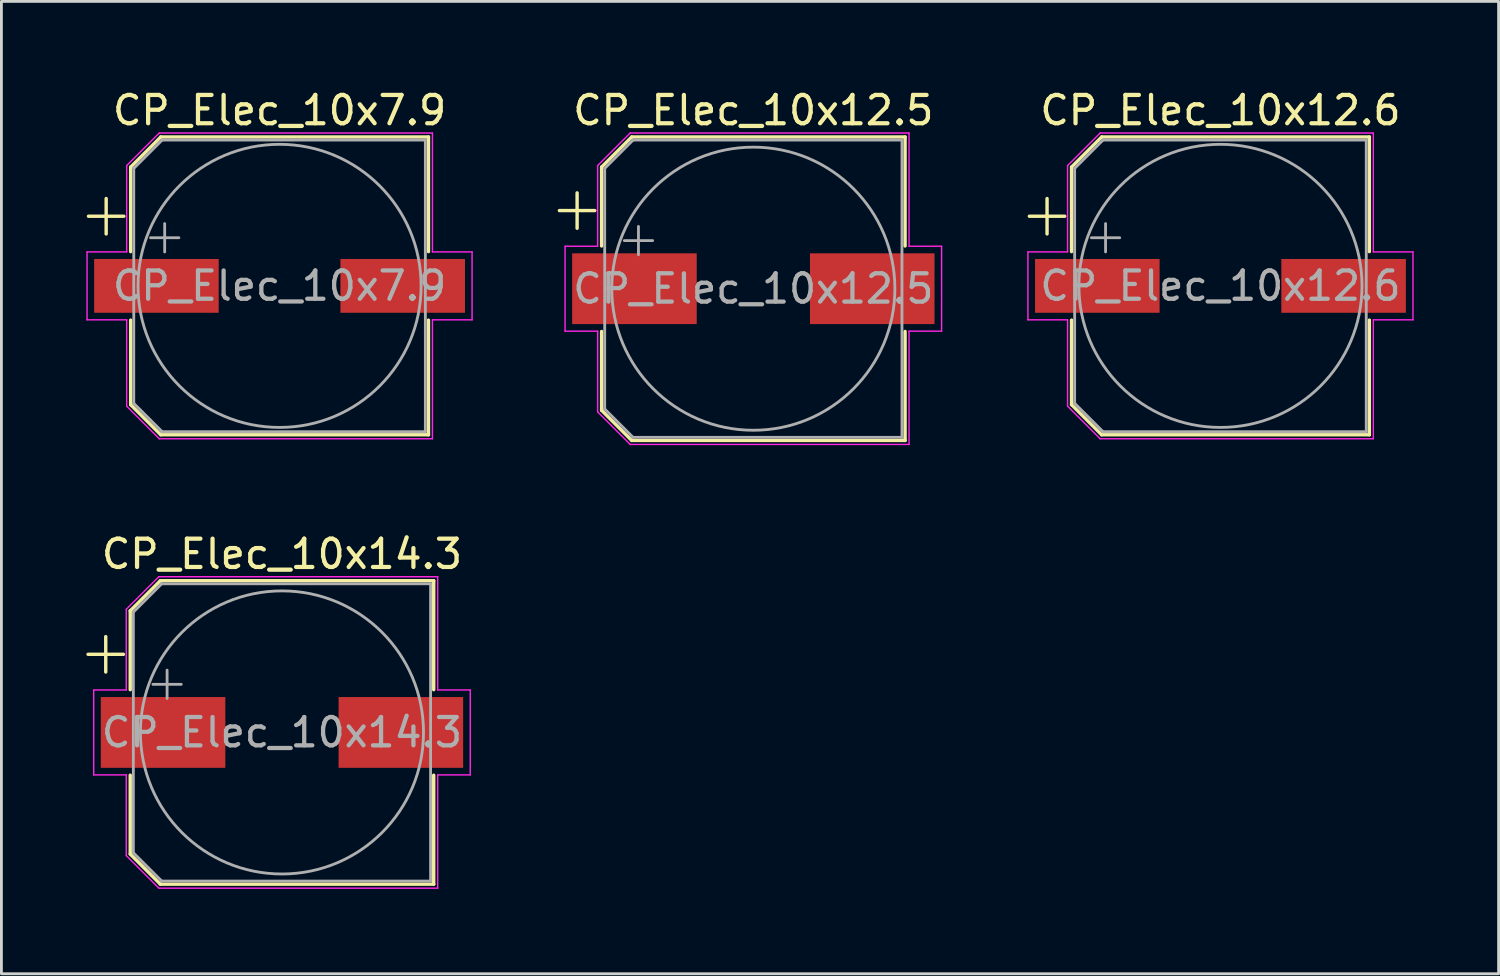
<source format=kicad_pcb>
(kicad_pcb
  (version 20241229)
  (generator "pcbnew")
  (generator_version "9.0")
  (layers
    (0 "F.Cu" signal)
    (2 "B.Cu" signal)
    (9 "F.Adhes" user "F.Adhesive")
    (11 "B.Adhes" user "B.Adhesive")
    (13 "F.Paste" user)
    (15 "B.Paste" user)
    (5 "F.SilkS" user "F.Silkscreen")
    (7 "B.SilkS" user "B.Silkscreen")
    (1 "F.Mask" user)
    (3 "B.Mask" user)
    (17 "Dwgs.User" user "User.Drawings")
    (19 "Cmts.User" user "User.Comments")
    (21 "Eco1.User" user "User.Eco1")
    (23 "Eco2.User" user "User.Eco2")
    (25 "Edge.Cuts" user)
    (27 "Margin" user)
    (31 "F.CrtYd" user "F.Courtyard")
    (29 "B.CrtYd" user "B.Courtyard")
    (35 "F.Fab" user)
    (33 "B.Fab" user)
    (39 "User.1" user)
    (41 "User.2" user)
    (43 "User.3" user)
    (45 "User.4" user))
  (footprint "CP_Elec_10x7.9"
    (layer "F.Cu")
    (at 6.825 7.048)
    (property "Reference" "CP_Elec_10x7.9" (at 0 -6.2 0) (layer "F.SilkS") (effects (font (size 1 1) (thickness 0.15))))
    (attr smd)
    (fp_line (start -6.75 -2.46) (end -5.5 -2.46) (stroke (width 0.12) (type solid)) (layer "F.SilkS"))
    (fp_line (start -6.125 -3.085) (end -6.125 -1.835) (stroke (width 0.12) (type solid)) (layer "F.SilkS"))
    (fp_line (start -5.26 -4.196) (end -5.26 -1.21) (stroke (width 0.12) (type solid)) (layer "F.SilkS"))
    (fp_line (start -5.26 -4.196) (end -4.196 -5.26) (stroke (width 0.12) (type solid)) (layer "F.SilkS"))
    (fp_line (start -5.26 4.196) (end -5.26 1.21) (stroke (width 0.12) (type solid)) (layer "F.SilkS"))
    (fp_line (start -5.26 4.196) (end -4.196 5.26) (stroke (width 0.12) (type solid)) (layer "F.SilkS"))
    (fp_line (start -4.196 -5.26) (end 5.26 -5.26) (stroke (width 0.12) (type solid)) (layer "F.SilkS"))
    (fp_line (start -4.196 5.26) (end 5.26 5.26) (stroke (width 0.12) (type solid)) (layer "F.SilkS"))
    (fp_line (start 5.26 -5.26) (end 5.26 -1.21) (stroke (width 0.12) (type solid)) (layer "F.SilkS"))
    (fp_line (start 5.26 5.26) (end 5.26 1.21) (stroke (width 0.12) (type solid)) (layer "F.SilkS"))
    (fp_line (start -6.8 -1.2) (end -6.8 1.2) (stroke (width 0.05) (type solid)) (layer "F.CrtYd"))
    (fp_line (start -6.8 1.2) (end -5.4 1.2) (stroke (width 0.05) (type solid)) (layer "F.CrtYd"))
    (fp_line (start -5.4 -4.25) (end -5.4 -1.2) (stroke (width 0.05) (type solid)) (layer "F.CrtYd"))
    (fp_line (start -5.4 -4.25) (end -4.25 -5.4) (stroke (width 0.05) (type solid)) (layer "F.CrtYd"))
    (fp_line (start -5.4 -1.2) (end -6.8 -1.2) (stroke (width 0.05) (type solid)) (layer "F.CrtYd"))
    (fp_line (start -5.4 1.2) (end -5.4 4.25) (stroke (width 0.05) (type solid)) (layer "F.CrtYd"))
    (fp_line (start -5.4 4.25) (end -4.25 5.4) (stroke (width 0.05) (type solid)) (layer "F.CrtYd"))
    (fp_line (start -4.25 -5.4) (end 5.4 -5.4) (stroke (width 0.05) (type solid)) (layer "F.CrtYd"))
    (fp_line (start -4.25 5.4) (end 5.4 5.4) (stroke (width 0.05) (type solid)) (layer "F.CrtYd"))
    (fp_line (start 5.4 -5.4) (end 5.4 -1.2) (stroke (width 0.05) (type solid)) (layer "F.CrtYd"))
    (fp_line (start 5.4 -1.2) (end 6.8 -1.2) (stroke (width 0.05) (type solid)) (layer "F.CrtYd"))
    (fp_line (start 5.4 1.2) (end 5.4 5.4) (stroke (width 0.05) (type solid)) (layer "F.CrtYd"))
    (fp_line (start 6.8 -1.2) (end 6.8 1.2) (stroke (width 0.05) (type solid)) (layer "F.CrtYd"))
    (fp_line (start 6.8 1.2) (end 5.4 1.2) (stroke (width 0.05) (type solid)) (layer "F.CrtYd"))
    (fp_line (start -5.15 -4.15) (end -5.15 4.15) (stroke (width 0.1) (type solid)) (layer "F.Fab"))
    (fp_line (start -5.15 -4.15) (end -4.15 -5.15) (stroke (width 0.1) (type solid)) (layer "F.Fab"))
    (fp_line (start -5.15 4.15) (end -4.15 5.15) (stroke (width 0.1) (type solid)) (layer "F.Fab"))
    (fp_line (start -4.558 -1.7) (end -3.558 -1.7) (stroke (width 0.1) (type solid)) (layer "F.Fab"))
    (fp_line (start -4.15 -5.15) (end 5.15 -5.15) (stroke (width 0.1) (type solid)) (layer "F.Fab"))
    (fp_line (start -4.15 5.15) (end 5.15 5.15) (stroke (width 0.1) (type solid)) (layer "F.Fab"))
    (fp_line (start -4.058 -2.2) (end -4.058 -1.2) (stroke (width 0.1) (type solid)) (layer "F.Fab"))
    (fp_line (start 5.15 -5.15) (end 5.15 5.15) (stroke (width 0.1) (type solid)) (layer "F.Fab"))
    (fp_circle (center 0 0) (end 5 0) (stroke (width 0.1) (type solid)) (fill no) (layer "F.Fab"))
    (fp_text user "${REFERENCE}" (at 0 0 0) (layer "F.Fab") (effects (font (size 1 1) (thickness 0.15))))
    (pad "1" smd rect (at -4.35 0) (size 4.4 1.9) (layers "F.Cu" "F.Mask" "F.Paste"))
    (pad "2" smd rect (at 4.35 0) (size 4.4 1.9) (layers "F.Cu" "F.Mask" "F.Paste")))
  (footprint "CP_Elec_10x12.6"
    (layer "F.Cu")
    (at 40.06 7.048)
    (property "Reference" "CP_Elec_10x12.6" (at 0 -6.2 0) (layer "F.SilkS") (effects (font (size 1 1) (thickness 0.15))))
    (attr smd)
    (fp_line (start -6.75 -2.46) (end -5.5 -2.46) (stroke (width 0.12) (type solid)) (layer "F.SilkS"))
    (fp_line (start -6.125 -3.085) (end -6.125 -1.835) (stroke (width 0.12) (type solid)) (layer "F.SilkS"))
    (fp_line (start -5.26 -4.196) (end -5.26 -1.21) (stroke (width 0.12) (type solid)) (layer "F.SilkS"))
    (fp_line (start -5.26 -4.196) (end -4.196 -5.26) (stroke (width 0.12) (type solid)) (layer "F.SilkS"))
    (fp_line (start -5.26 4.196) (end -5.26 1.21) (stroke (width 0.12) (type solid)) (layer "F.SilkS"))
    (fp_line (start -5.26 4.196) (end -4.196 5.26) (stroke (width 0.12) (type solid)) (layer "F.SilkS"))
    (fp_line (start -4.196 -5.26) (end 5.26 -5.26) (stroke (width 0.12) (type solid)) (layer "F.SilkS"))
    (fp_line (start -4.196 5.26) (end 5.26 5.26) (stroke (width 0.12) (type solid)) (layer "F.SilkS"))
    (fp_line (start 5.26 -5.26) (end 5.26 -1.21) (stroke (width 0.12) (type solid)) (layer "F.SilkS"))
    (fp_line (start 5.26 5.26) (end 5.26 1.21) (stroke (width 0.12) (type solid)) (layer "F.SilkS"))
    (fp_line (start -6.8 -1.2) (end -6.8 1.2) (stroke (width 0.05) (type solid)) (layer "F.CrtYd"))
    (fp_line (start -6.8 1.2) (end -5.4 1.2) (stroke (width 0.05) (type solid)) (layer "F.CrtYd"))
    (fp_line (start -5.4 -4.25) (end -5.4 -1.2) (stroke (width 0.05) (type solid)) (layer "F.CrtYd"))
    (fp_line (start -5.4 -4.25) (end -4.25 -5.4) (stroke (width 0.05) (type solid)) (layer "F.CrtYd"))
    (fp_line (start -5.4 -1.2) (end -6.8 -1.2) (stroke (width 0.05) (type solid)) (layer "F.CrtYd"))
    (fp_line (start -5.4 1.2) (end -5.4 4.25) (stroke (width 0.05) (type solid)) (layer "F.CrtYd"))
    (fp_line (start -5.4 4.25) (end -4.25 5.4) (stroke (width 0.05) (type solid)) (layer "F.CrtYd"))
    (fp_line (start -4.25 -5.4) (end 5.4 -5.4) (stroke (width 0.05) (type solid)) (layer "F.CrtYd"))
    (fp_line (start -4.25 5.4) (end 5.4 5.4) (stroke (width 0.05) (type solid)) (layer "F.CrtYd"))
    (fp_line (start 5.4 -5.4) (end 5.4 -1.2) (stroke (width 0.05) (type solid)) (layer "F.CrtYd"))
    (fp_line (start 5.4 -1.2) (end 6.8 -1.2) (stroke (width 0.05) (type solid)) (layer "F.CrtYd"))
    (fp_line (start 5.4 1.2) (end 5.4 5.4) (stroke (width 0.05) (type solid)) (layer "F.CrtYd"))
    (fp_line (start 6.8 -1.2) (end 6.8 1.2) (stroke (width 0.05) (type solid)) (layer "F.CrtYd"))
    (fp_line (start 6.8 1.2) (end 5.4 1.2) (stroke (width 0.05) (type solid)) (layer "F.CrtYd"))
    (fp_line (start -5.15 -4.15) (end -5.15 4.15) (stroke (width 0.1) (type solid)) (layer "F.Fab"))
    (fp_line (start -5.15 -4.15) (end -4.15 -5.15) (stroke (width 0.1) (type solid)) (layer "F.Fab"))
    (fp_line (start -5.15 4.15) (end -4.15 5.15) (stroke (width 0.1) (type solid)) (layer "F.Fab"))
    (fp_line (start -4.558 -1.7) (end -3.558 -1.7) (stroke (width 0.1) (type solid)) (layer "F.Fab"))
    (fp_line (start -4.15 -5.15) (end 5.15 -5.15) (stroke (width 0.1) (type solid)) (layer "F.Fab"))
    (fp_line (start -4.15 5.15) (end 5.15 5.15) (stroke (width 0.1) (type solid)) (layer "F.Fab"))
    (fp_line (start -4.058 -2.2) (end -4.058 -1.2) (stroke (width 0.1) (type solid)) (layer "F.Fab"))
    (fp_line (start 5.15 -5.15) (end 5.15 5.15) (stroke (width 0.1) (type solid)) (layer "F.Fab"))
    (fp_circle (center 0 0) (end 5 0) (stroke (width 0.1) (type solid)) (fill no) (layer "F.Fab"))
    (fp_text user "${REFERENCE}" (at 0 0 0) (layer "F.Fab") (effects (font (size 1 1) (thickness 0.15))))
    (pad "1" smd rect (at -4.35 0) (size 4.4 1.9) (layers "F.Cu" "F.Mask" "F.Paste"))
    (pad "2" smd rect (at 4.35 0) (size 4.4 1.9) (layers "F.Cu" "F.Mask" "F.Paste")))
  (footprint "CP_Elec_10x14.3"
    (layer "F.Cu")
    (at 6.91 22.822)
    (property "Reference" "CP_Elec_10x14.3" (at 0 -6.3 0) (layer "F.SilkS") (effects (font (size 1 1) (thickness 0.15))))
    (attr smd)
    (fp_line (start -6.85 -2.76) (end -5.6 -2.76) (stroke (width 0.12) (type solid)) (layer "F.SilkS"))
    (fp_line (start -6.225 -3.385) (end -6.225 -2.135) (stroke (width 0.12) (type solid)) (layer "F.SilkS"))
    (fp_line (start -5.36 -4.296) (end -5.36 -1.51) (stroke (width 0.12) (type solid)) (layer "F.SilkS"))
    (fp_line (start -5.36 -4.296) (end -4.296 -5.36) (stroke (width 0.12) (type solid)) (layer "F.SilkS"))
    (fp_line (start -5.36 4.296) (end -5.36 1.51) (stroke (width 0.12) (type solid)) (layer "F.SilkS"))
    (fp_line (start -5.36 4.296) (end -4.296 5.36) (stroke (width 0.12) (type solid)) (layer "F.SilkS"))
    (fp_line (start -4.296 -5.36) (end 5.36 -5.36) (stroke (width 0.12) (type solid)) (layer "F.SilkS"))
    (fp_line (start -4.296 5.36) (end 5.36 5.36) (stroke (width 0.12) (type solid)) (layer "F.SilkS"))
    (fp_line (start 5.36 -5.36) (end 5.36 -1.51) (stroke (width 0.12) (type solid)) (layer "F.SilkS"))
    (fp_line (start 5.36 5.36) (end 5.36 1.51) (stroke (width 0.12) (type solid)) (layer "F.SilkS"))
    (fp_line (start -6.65 -1.5) (end -6.65 1.5) (stroke (width 0.05) (type solid)) (layer "F.CrtYd"))
    (fp_line (start -6.65 1.5) (end -5.5 1.5) (stroke (width 0.05) (type solid)) (layer "F.CrtYd"))
    (fp_line (start -5.5 -4.35) (end -5.5 -1.5) (stroke (width 0.05) (type solid)) (layer "F.CrtYd"))
    (fp_line (start -5.5 -4.35) (end -4.35 -5.5) (stroke (width 0.05) (type solid)) (layer "F.CrtYd"))
    (fp_line (start -5.5 -1.5) (end -6.65 -1.5) (stroke (width 0.05) (type solid)) (layer "F.CrtYd"))
    (fp_line (start -5.5 1.5) (end -5.5 4.35) (stroke (width 0.05) (type solid)) (layer "F.CrtYd"))
    (fp_line (start -5.5 4.35) (end -4.35 5.5) (stroke (width 0.05) (type solid)) (layer "F.CrtYd"))
    (fp_line (start -4.35 -5.5) (end 5.5 -5.5) (stroke (width 0.05) (type solid)) (layer "F.CrtYd"))
    (fp_line (start -4.35 5.5) (end 5.5 5.5) (stroke (width 0.05) (type solid)) (layer "F.CrtYd"))
    (fp_line (start 5.5 -5.5) (end 5.5 -1.5) (stroke (width 0.05) (type solid)) (layer "F.CrtYd"))
    (fp_line (start 5.5 -1.5) (end 6.65 -1.5) (stroke (width 0.05) (type solid)) (layer "F.CrtYd"))
    (fp_line (start 5.5 1.5) (end 5.5 5.5) (stroke (width 0.05) (type solid)) (layer "F.CrtYd"))
    (fp_line (start 6.65 -1.5) (end 6.65 1.5) (stroke (width 0.05) (type solid)) (layer "F.CrtYd"))
    (fp_line (start 6.65 1.5) (end 5.5 1.5) (stroke (width 0.05) (type solid)) (layer "F.CrtYd"))
    (fp_line (start -5.25 -4.25) (end -5.25 4.25) (stroke (width 0.1) (type solid)) (layer "F.Fab"))
    (fp_line (start -5.25 -4.25) (end -4.25 -5.25) (stroke (width 0.1) (type solid)) (layer "F.Fab"))
    (fp_line (start -5.25 4.25) (end -4.25 5.25) (stroke (width 0.1) (type solid)) (layer "F.Fab"))
    (fp_line (start -4.558 -1.7) (end -3.558 -1.7) (stroke (width 0.1) (type solid)) (layer "F.Fab"))
    (fp_line (start -4.25 -5.25) (end 5.25 -5.25) (stroke (width 0.1) (type solid)) (layer "F.Fab"))
    (fp_line (start -4.25 5.25) (end 5.25 5.25) (stroke (width 0.1) (type solid)) (layer "F.Fab"))
    (fp_line (start -4.058 -2.2) (end -4.058 -1.2) (stroke (width 0.1) (type solid)) (layer "F.Fab"))
    (fp_line (start 5.25 -5.25) (end 5.25 5.25) (stroke (width 0.1) (type solid)) (layer "F.Fab"))
    (fp_circle (center 0 0) (end 5 0) (stroke (width 0.1) (type solid)) (fill no) (layer "F.Fab"))
    (fp_text user "${REFERENCE}" (at 0 0 0) (layer "F.Fab") (effects (font (size 1 1) (thickness 0.15))))
    (pad "1" smd rect (at -4.2 0) (size 4.4 2.5) (layers "F.Cu" "F.Mask" "F.Paste"))
    (pad "2" smd rect (at 4.2 0) (size 4.4 2.5) (layers "F.Cu" "F.Mask" "F.Paste")))
  (footprint "CP_Elec_10x12.5"
    (layer "F.Cu")
    (at 23.56 7.148)
    (property "Reference" "CP_Elec_10x12.5" (at 0 -6.3 0) (layer "F.SilkS") (effects (font (size 1 1) (thickness 0.15))))
    (attr smd)
    (fp_line (start -6.85 -2.76) (end -5.6 -2.76) (stroke (width 0.12) (type solid)) (layer "F.SilkS"))
    (fp_line (start -6.225 -3.385) (end -6.225 -2.135) (stroke (width 0.12) (type solid)) (layer "F.SilkS"))
    (fp_line (start -5.36 -4.296) (end -5.36 -1.51) (stroke (width 0.12) (type solid)) (layer "F.SilkS"))
    (fp_line (start -5.36 -4.296) (end -4.296 -5.36) (stroke (width 0.12) (type solid)) (layer "F.SilkS"))
    (fp_line (start -5.36 4.296) (end -5.36 1.51) (stroke (width 0.12) (type solid)) (layer "F.SilkS"))
    (fp_line (start -5.36 4.296) (end -4.296 5.36) (stroke (width 0.12) (type solid)) (layer "F.SilkS"))
    (fp_line (start -4.296 -5.36) (end 5.36 -5.36) (stroke (width 0.12) (type solid)) (layer "F.SilkS"))
    (fp_line (start -4.296 5.36) (end 5.36 5.36) (stroke (width 0.12) (type solid)) (layer "F.SilkS"))
    (fp_line (start 5.36 -5.36) (end 5.36 -1.51) (stroke (width 0.12) (type solid)) (layer "F.SilkS"))
    (fp_line (start 5.36 5.36) (end 5.36 1.51) (stroke (width 0.12) (type solid)) (layer "F.SilkS"))
    (fp_line (start -6.65 -1.5) (end -6.65 1.5) (stroke (width 0.05) (type solid)) (layer "F.CrtYd"))
    (fp_line (start -6.65 1.5) (end -5.5 1.5) (stroke (width 0.05) (type solid)) (layer "F.CrtYd"))
    (fp_line (start -5.5 -4.35) (end -5.5 -1.5) (stroke (width 0.05) (type solid)) (layer "F.CrtYd"))
    (fp_line (start -5.5 -4.35) (end -4.35 -5.5) (stroke (width 0.05) (type solid)) (layer "F.CrtYd"))
    (fp_line (start -5.5 -1.5) (end -6.65 -1.5) (stroke (width 0.05) (type solid)) (layer "F.CrtYd"))
    (fp_line (start -5.5 1.5) (end -5.5 4.35) (stroke (width 0.05) (type solid)) (layer "F.CrtYd"))
    (fp_line (start -5.5 4.35) (end -4.35 5.5) (stroke (width 0.05) (type solid)) (layer "F.CrtYd"))
    (fp_line (start -4.35 -5.5) (end 5.5 -5.5) (stroke (width 0.05) (type solid)) (layer "F.CrtYd"))
    (fp_line (start -4.35 5.5) (end 5.5 5.5) (stroke (width 0.05) (type solid)) (layer "F.CrtYd"))
    (fp_line (start 5.5 -5.5) (end 5.5 -1.5) (stroke (width 0.05) (type solid)) (layer "F.CrtYd"))
    (fp_line (start 5.5 -1.5) (end 6.65 -1.5) (stroke (width 0.05) (type solid)) (layer "F.CrtYd"))
    (fp_line (start 5.5 1.5) (end 5.5 5.5) (stroke (width 0.05) (type solid)) (layer "F.CrtYd"))
    (fp_line (start 6.65 -1.5) (end 6.65 1.5) (stroke (width 0.05) (type solid)) (layer "F.CrtYd"))
    (fp_line (start 6.65 1.5) (end 5.5 1.5) (stroke (width 0.05) (type solid)) (layer "F.CrtYd"))
    (fp_line (start -5.25 -4.25) (end -5.25 4.25) (stroke (width 0.1) (type solid)) (layer "F.Fab"))
    (fp_line (start -5.25 -4.25) (end -4.25 -5.25) (stroke (width 0.1) (type solid)) (layer "F.Fab"))
    (fp_line (start -5.25 4.25) (end -4.25 5.25) (stroke (width 0.1) (type solid)) (layer "F.Fab"))
    (fp_line (start -4.558 -1.7) (end -3.558 -1.7) (stroke (width 0.1) (type solid)) (layer "F.Fab"))
    (fp_line (start -4.25 -5.25) (end 5.25 -5.25) (stroke (width 0.1) (type solid)) (layer "F.Fab"))
    (fp_line (start -4.25 5.25) (end 5.25 5.25) (stroke (width 0.1) (type solid)) (layer "F.Fab"))
    (fp_line (start -4.058 -2.2) (end -4.058 -1.2) (stroke (width 0.1) (type solid)) (layer "F.Fab"))
    (fp_line (start 5.25 -5.25) (end 5.25 5.25) (stroke (width 0.1) (type solid)) (layer "F.Fab"))
    (fp_circle (center 0 0) (end 5 0) (stroke (width 0.1) (type solid)) (fill no) (layer "F.Fab"))
    (fp_text user "${REFERENCE}" (at 0 0 0) (layer "F.Fab") (effects (font (size 1 1) (thickness 0.15))))
    (pad "1" smd rect (at -4.2 0) (size 4.4 2.5) (layers "F.Cu" "F.Mask" "F.Paste"))
    (pad "2" smd rect (at 4.2 0) (size 4.4 2.5) (layers "F.Cu" "F.Mask" "F.Paste")))
  (gr_rect
    (start -3 -3)
    (end 49.885 31.346)
    (stroke (width 0.1) (type default))
    (fill no)
    (layer "Edge.Cuts")))
</source>
